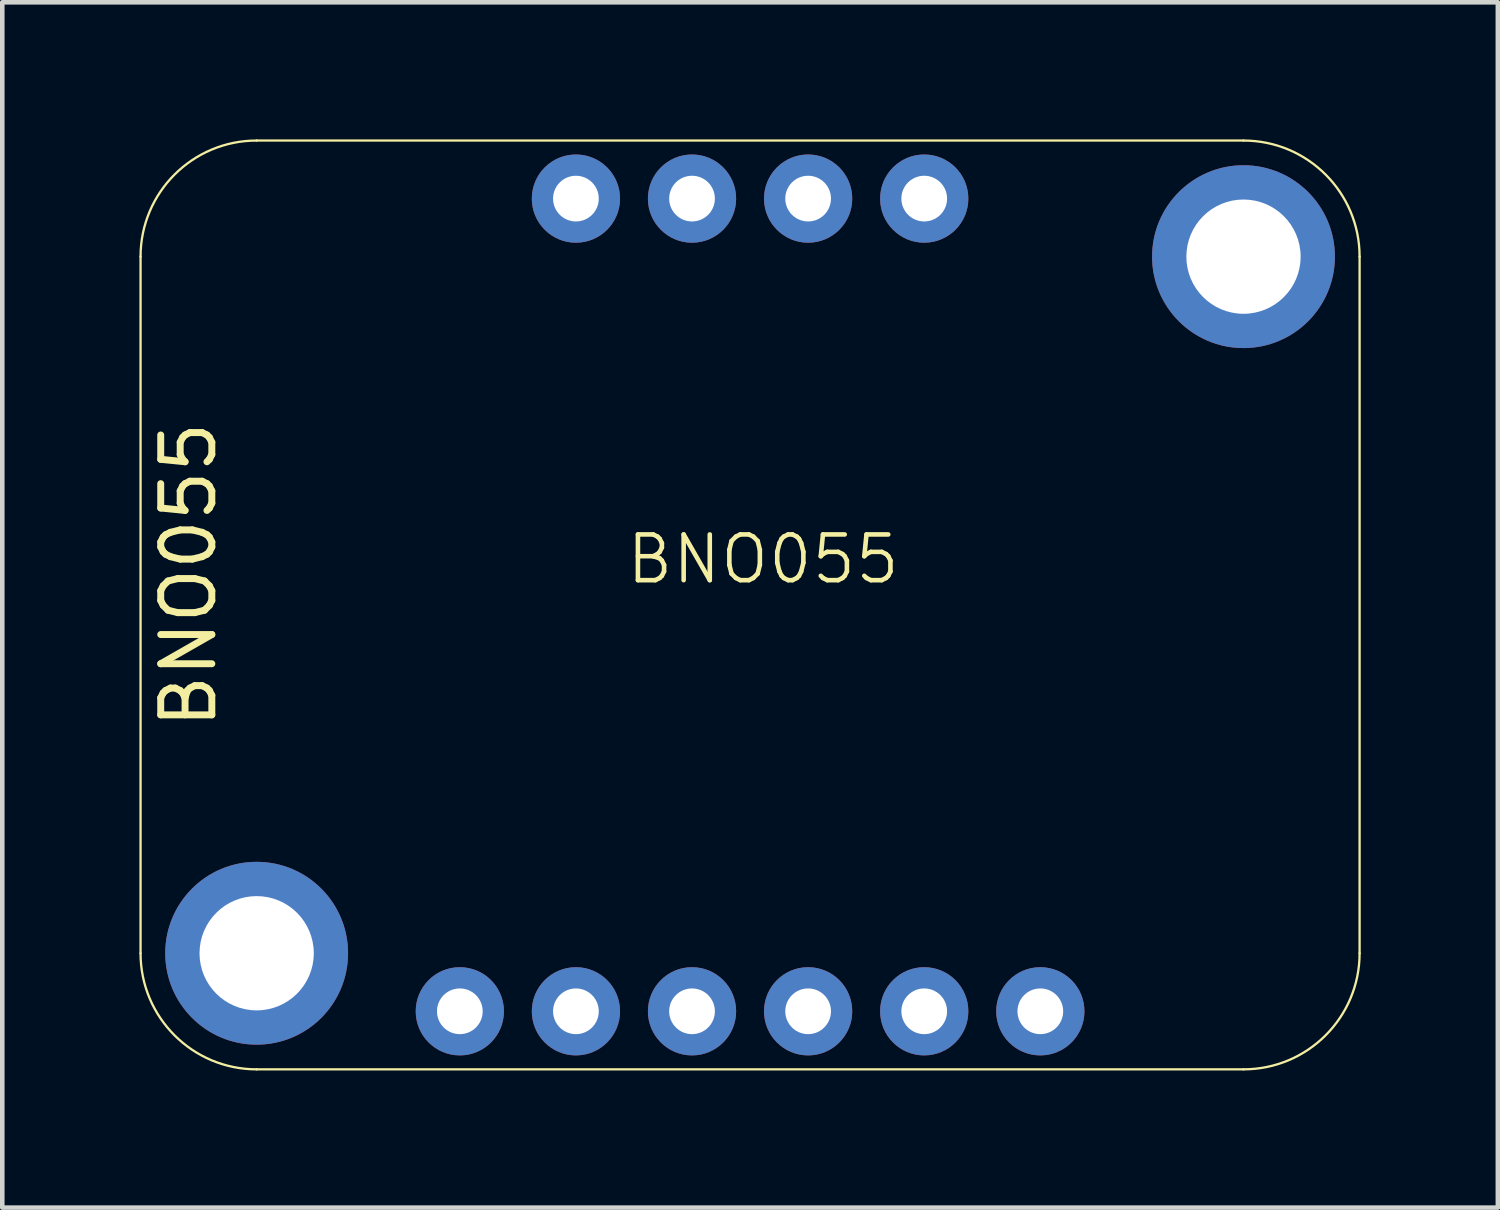
<source format=kicad_pcb>
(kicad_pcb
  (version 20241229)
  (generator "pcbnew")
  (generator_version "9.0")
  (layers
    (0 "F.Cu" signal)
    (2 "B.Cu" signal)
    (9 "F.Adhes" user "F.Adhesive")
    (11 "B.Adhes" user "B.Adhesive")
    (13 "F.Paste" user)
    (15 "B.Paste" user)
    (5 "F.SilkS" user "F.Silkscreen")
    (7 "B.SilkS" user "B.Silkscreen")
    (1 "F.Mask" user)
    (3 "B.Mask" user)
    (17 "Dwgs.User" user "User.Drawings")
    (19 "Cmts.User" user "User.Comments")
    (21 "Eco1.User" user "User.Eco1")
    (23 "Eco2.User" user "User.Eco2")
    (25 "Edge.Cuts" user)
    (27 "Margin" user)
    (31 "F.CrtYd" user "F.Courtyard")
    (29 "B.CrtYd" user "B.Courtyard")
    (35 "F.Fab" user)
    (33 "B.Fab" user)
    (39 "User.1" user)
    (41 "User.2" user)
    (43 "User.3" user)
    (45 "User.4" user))
  (footprint "BNO055"
    (layer "F.Cu")
    (at 13.645 9.685)
    (property "Reference" "BNO055" (at 0 -0.5 0) (unlocked yes) (layer "F.SilkS") (effects (font (size 1 1) (thickness 0.1))))
    (attr smd)
    (fp_line (start -13.62 8.12) (end -13.62 -7.12) (stroke (width 0.05) (type solid)) (layer "F.SilkS"))
    (fp_line (start -11.08 -9.66) (end 10.51 -9.66) (stroke (width 0.05) (type solid)) (layer "F.SilkS"))
    (fp_line (start 10.51 10.66) (end -11.08 10.66) (stroke (width 0.05) (type solid)) (layer "F.SilkS"))
    (fp_line (start 13.05 -7.12) (end 13.05 8.12) (stroke (width 0.05) (type solid)) (layer "F.SilkS"))
    (fp_arc (start -13.62 -7.12) (mid -12.876051 -8.916051) (end -11.08 -9.66) (stroke (width 0.05) (type solid)) (layer "F.SilkS"))
    (fp_arc (start -11.08 10.66) (mid -12.876052 9.916052) (end -13.62 8.12) (stroke (width 0.05) (type solid)) (layer "F.SilkS"))
    (fp_arc (start 10.51 -9.66) (mid 12.306051 -8.916051) (end 13.05 -7.12) (stroke (width 0.05) (type solid)) (layer "F.SilkS"))
    (fp_arc (start 13.05 8.12) (mid 12.306052 9.916052) (end 10.51 10.66) (stroke (width 0.05) (type solid)) (layer "F.SilkS"))
    (fp_text user "BNO055" (at -12.57 -0.157 90) (unlocked yes) (layer "F.SilkS") (effects (font (size 1.118 1.118) (thickness 0.152))))
    (pad "1" thru_hole circle (at -6.635 9.39 90) (size 1.93 1.93) (drill 1) (layers "*.Cu" "*.Mask"))
    (pad "2" thru_hole circle (at -4.095 9.39 90) (size 1.93 1.93) (drill 1) (layers "*.Cu" "*.Mask"))
    (pad "3" thru_hole circle (at -1.555 9.39 90) (size 1.93 1.93) (drill 1) (layers "*.Cu" "*.Mask"))
    (pad "4" thru_hole circle (at 0.985 9.39 90) (size 1.93 1.93) (drill 1) (layers "*.Cu" "*.Mask"))
    (pad "5" thru_hole circle (at 3.525 9.39 90) (size 1.93 1.93) (drill 1) (layers "*.Cu" "*.Mask"))
    (pad "6" thru_hole circle (at 6.065 9.39 90) (size 1.93 1.93) (drill 1) (layers "*.Cu" "*.Mask"))
    (pad "7" thru_hole circle (at -4.095 -8.39 90) (size 1.93 1.93) (drill 1) (layers "*.Cu" "*.Mask"))
    (pad "8" thru_hole circle (at -1.555 -8.39 90) (size 1.93 1.93) (drill 1) (layers "*.Cu" "*.Mask"))
    (pad "9" thru_hole circle (at 0.985 -8.39 90) (size 1.93 1.93) (drill 1) (layers "*.Cu" "*.Mask"))
    (pad "10" thru_hole circle (at 3.525 -8.39 90) (size 1.93 1.93) (drill 1) (layers "*.Cu" "*.Mask"))
    (pad "P$1" thru_hole circle (at -11.08 8.12) (size 4 4) (drill 2.5) (layers "*.Cu" "*.Mask"))
    (pad "P$1" thru_hole circle (at 10.51 -7.12) (size 4 4) (drill 2.5) (layers "*.Cu" "*.Mask")))
  (gr_rect
    (start -3 -3)
    (end 29.72 23.37)
    (stroke (width 0.1) (type default))
    (fill no)
    (layer "Edge.Cuts")))
</source>
